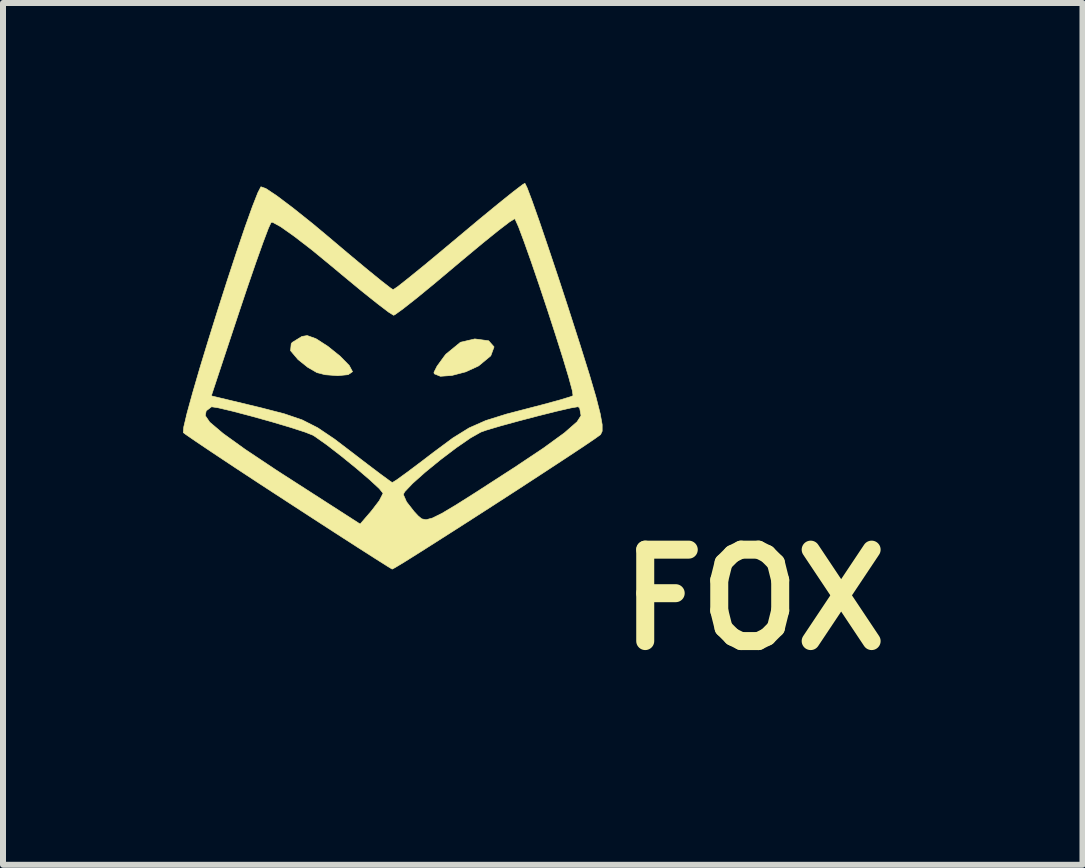
<source format=kicad_pcb>
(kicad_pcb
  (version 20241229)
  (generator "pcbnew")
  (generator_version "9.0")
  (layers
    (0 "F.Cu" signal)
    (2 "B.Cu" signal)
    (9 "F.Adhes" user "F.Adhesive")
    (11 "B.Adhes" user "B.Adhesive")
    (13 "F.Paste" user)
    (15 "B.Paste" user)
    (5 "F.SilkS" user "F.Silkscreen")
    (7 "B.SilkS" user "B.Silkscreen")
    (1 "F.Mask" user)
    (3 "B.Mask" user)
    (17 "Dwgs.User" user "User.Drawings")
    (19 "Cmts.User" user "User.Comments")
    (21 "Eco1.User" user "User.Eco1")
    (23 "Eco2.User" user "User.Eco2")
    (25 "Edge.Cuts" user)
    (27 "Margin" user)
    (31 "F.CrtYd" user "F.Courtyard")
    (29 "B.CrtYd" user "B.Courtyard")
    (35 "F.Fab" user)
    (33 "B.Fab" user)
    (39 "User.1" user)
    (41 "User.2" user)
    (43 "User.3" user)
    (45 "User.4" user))
  (footprint "FOX"
    (layer "F.Cu")
    (at 4.519 6.946)
    (property "Reference" "FOX" (at 5 0 0) (layer "F.SilkS") (effects (font (size 1.524 1.524) (thickness 0.3))))
    (attr through_hole)
    (fp_poly (pts (xy 0.576 -4.316) (xy 0.666 -4.214) (xy 0.611 -4.065) (xy 0.408 -3.897) (xy 0.193 -3.798) (xy -0.036 -3.738) (xy -0.228 -3.724) (xy -0.33 -3.765) (xy -0.336 -3.789) (xy -0.285 -3.891) (xy -0.163 -4.059) (xy -0.136 -4.093) (xy 0.106 -4.291) (xy 0.345 -4.347) (xy 0.576 -4.316)) (stroke (width 0.01) (type solid)) (fill yes) (layer "F.SilkS"))
    (fp_poly (pts (xy -2.303 -4.351) (xy -2.104 -4.223) (xy -1.902 -4.061) (xy -1.748 -3.904) (xy -1.693 -3.801) (xy -1.766 -3.751) (xy -1.939 -3.734) (xy -2.149 -3.75) (xy -2.286 -3.785) (xy -2.44 -3.874) (xy -2.602 -4.004) (xy -2.726 -4.151) (xy -2.715 -4.266) (xy -2.698 -4.289) (xy -2.537 -4.388) (xy -2.448 -4.403) (xy -2.303 -4.351)) (stroke (width 0.01) (type solid)) (fill yes) (layer "F.SilkS"))
    (fp_poly (pts (xy 1.218 -6.864) (xy 1.3 -6.647) (xy 1.419 -6.311) (xy 1.566 -5.879) (xy 1.736 -5.371) (xy 1.891 -4.898) (xy 2.098 -4.253) (xy 2.255 -3.751) (xy 2.366 -3.373) (xy 2.435 -3.102) (xy 2.468 -2.919) (xy 2.468 -2.809) (xy 2.441 -2.752) (xy 2.345 -2.683) (xy 2.135 -2.541) (xy 1.834 -2.342) (xy 1.466 -2.101) (xy 1.055 -1.833) (xy 0.625 -1.555) (xy 0.199 -1.281) (xy -0.199 -1.027) (xy -0.545 -0.807) (xy -0.814 -0.638) (xy -0.984 -0.535) (xy -1.032 -0.51) (xy -1.107 -0.555) (xy -1.305 -0.68) (xy -1.604 -0.871) (xy -1.986 -1.117) (xy -2.43 -1.405) (xy -2.747 -1.611) (xy -3.226 -1.923) (xy -3.658 -2.207) (xy -4.024 -2.45) (xy -4.302 -2.637) (xy -4.472 -2.754) (xy -4.514 -2.786) (xy -4.506 -2.88) (xy -4.461 -3.069) (xy -4.148 -3.069) (xy -4.073 -2.959) (xy -3.851 -2.771) (xy -3.483 -2.506) (xy -2.973 -2.166) (xy -2.857 -2.091) (xy -1.566 -1.261) (xy -1.376 -1.482) (xy -1.247 -1.651) (xy -1.193 -1.755) (xy -0.847 -1.755) (xy -0.793 -1.632) (xy -0.666 -1.469) (xy -0.599 -1.397) (xy -0.54 -1.348) (xy -0.468 -1.333) (xy -0.362 -1.361) (xy -0.202 -1.44) (xy 0.031 -1.579) (xy 0.36 -1.787) (xy 0.804 -2.074) (xy 1.001 -2.201) (xy 1.488 -2.526) (xy 1.84 -2.782) (xy 2.05 -2.966) (xy 2.116 -3.069) (xy 2.093 -3.195) (xy 2.067 -3.217) (xy 1.944 -3.196) (xy 1.706 -3.141) (xy 1.399 -3.064) (xy 1.071 -2.978) (xy 0.768 -2.895) (xy 0.539 -2.827) (xy 0.446 -2.794) (xy 0.274 -2.697) (xy 0.038 -2.534) (xy -0.226 -2.334) (xy -0.481 -2.126) (xy -0.692 -1.938) (xy -0.822 -1.801) (xy -0.847 -1.755) (xy -1.193 -1.755) (xy -1.186 -1.768) (xy -1.185 -1.775) (xy -1.247 -1.852) (xy -1.407 -2) (xy -1.63 -2.191) (xy -1.88 -2.394) (xy -2.12 -2.58) (xy -2.314 -2.717) (xy -2.351 -2.741) (xy -2.482 -2.793) (xy -2.729 -2.873) (xy -3.045 -2.967) (xy -3.383 -3.061) (xy -3.695 -3.143) (xy -3.933 -3.199) (xy -4.043 -3.216) (xy -4.132 -3.148) (xy -4.148 -3.069) (xy -4.461 -3.069) (xy -4.452 -3.108) (xy -4.372 -3.398) (xy -4.047 -3.398) (xy -3.23 -3.202) (xy -2.831 -3.099) (xy -2.532 -2.997) (xy -2.274 -2.866) (xy -1.993 -2.677) (xy -1.736 -2.481) (xy -1.449 -2.261) (xy -1.217 -2.086) (xy -1.068 -1.977) (xy -1.03 -1.952) (xy -0.956 -1.998) (xy -0.778 -2.127) (xy -0.528 -2.315) (xy -0.353 -2.449) (xy -0.023 -2.694) (xy 0.249 -2.863) (xy 0.527 -2.986) (xy 0.872 -3.094) (xy 1.129 -3.161) (xy 1.479 -3.252) (xy 1.761 -3.329) (xy 1.939 -3.383) (xy 1.983 -3.401) (xy 1.969 -3.491) (xy 1.91 -3.709) (xy 1.815 -4.024) (xy 1.695 -4.404) (xy 1.56 -4.82) (xy 1.42 -5.24) (xy 1.286 -5.632) (xy 1.167 -5.967) (xy 1.075 -6.213) (xy 1.018 -6.34) (xy 1.009 -6.35) (xy 0.925 -6.298) (xy 0.738 -6.155) (xy 0.472 -5.94) (xy 0.15 -5.672) (xy 0 -5.546) (xy -0.338 -5.262) (xy -0.631 -5.022) (xy -0.856 -4.845) (xy -0.987 -4.751) (xy -1.008 -4.741) (xy -1.091 -4.793) (xy -1.279 -4.936) (xy -1.547 -5.15) (xy -1.87 -5.417) (xy -2.029 -5.55) (xy -2.368 -5.829) (xy -2.664 -6.057) (xy -2.89 -6.217) (xy -3.025 -6.291) (xy -3.049 -6.291) (xy -3.095 -6.192) (xy -3.183 -5.959) (xy -3.304 -5.62) (xy -3.448 -5.202) (xy -3.579 -4.811) (xy -4.047 -3.398) (xy -4.372 -3.398) (xy -4.36 -3.442) (xy -4.239 -3.858) (xy -4.096 -4.327) (xy -3.941 -4.823) (xy -3.782 -5.32) (xy -3.627 -5.791) (xy -3.485 -6.21) (xy -3.363 -6.55) (xy -3.271 -6.784) (xy -3.22 -6.883) (xy -3.138 -6.854) (xy -2.952 -6.73) (xy -2.684 -6.528) (xy -2.356 -6.266) (xy -2.108 -6.059) (xy -1.753 -5.759) (xy -1.444 -5.502) (xy -1.204 -5.307) (xy -1.054 -5.191) (xy -1.016 -5.167) (xy -0.94 -5.218) (xy -0.758 -5.362) (xy -0.492 -5.578) (xy -0.165 -5.85) (xy 0.08 -6.055) (xy 0.436 -6.353) (xy 0.747 -6.608) (xy 0.99 -6.803) (xy 1.141 -6.918) (xy 1.18 -6.941) (xy 1.218 -6.864)) (stroke (width 0.01) (type solid)) (fill yes) (layer "F.SilkS")))
  (gr_rect
    (start -3 -3)
    (end 14.993 11.364)
    (stroke (width 0.1) (type default))
    (fill no)
    (layer "Edge.Cuts")))
</source>
